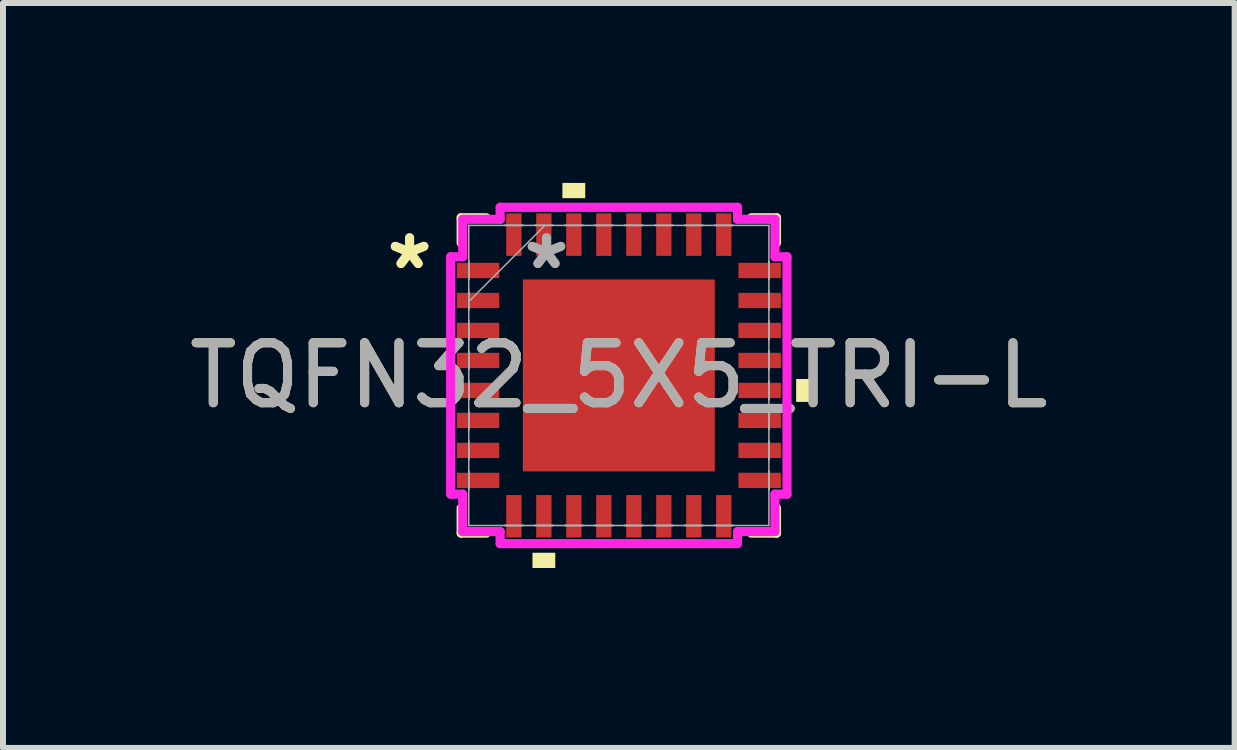
<source format=kicad_pcb>
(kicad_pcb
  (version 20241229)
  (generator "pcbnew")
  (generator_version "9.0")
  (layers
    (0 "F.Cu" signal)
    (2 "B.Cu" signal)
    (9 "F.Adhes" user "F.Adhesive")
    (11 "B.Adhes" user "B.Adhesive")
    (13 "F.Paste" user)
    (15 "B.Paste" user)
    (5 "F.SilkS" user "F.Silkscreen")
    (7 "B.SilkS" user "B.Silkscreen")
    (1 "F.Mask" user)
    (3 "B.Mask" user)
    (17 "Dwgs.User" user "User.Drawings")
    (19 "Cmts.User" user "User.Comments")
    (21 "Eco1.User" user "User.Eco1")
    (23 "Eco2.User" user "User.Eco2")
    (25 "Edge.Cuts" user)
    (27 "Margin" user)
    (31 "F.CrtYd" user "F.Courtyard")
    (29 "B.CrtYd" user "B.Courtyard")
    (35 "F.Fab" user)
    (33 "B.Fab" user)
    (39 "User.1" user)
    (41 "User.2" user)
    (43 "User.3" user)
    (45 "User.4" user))
  (footprint "TQFN32_5X5_TRI-L"
    (layer "F.Cu")
    (at 7.268 3.21)
    (property "Reference" "TQFN32_5X5_TRI-L" (at 0 0 0) (unlocked yes) (layer "F.SilkS") (effects (font (size 1 1) (thickness 0.15))))
    (attr smd)
    (fp_line (start -2.629 -2.629) (end -2.629 -2.21) (stroke (width 0.152) (type solid)) (layer "F.SilkS"))
    (fp_line (start -2.629 2.21) (end -2.629 2.629) (stroke (width 0.152) (type solid)) (layer "F.SilkS"))
    (fp_line (start -2.629 2.629) (end -2.21 2.629) (stroke (width 0.152) (type solid)) (layer "F.SilkS"))
    (fp_line (start -2.21 -2.629) (end -2.629 -2.629) (stroke (width 0.152) (type solid)) (layer "F.SilkS"))
    (fp_line (start 2.21 2.629) (end 2.629 2.629) (stroke (width 0.152) (type solid)) (layer "F.SilkS"))
    (fp_line (start 2.629 -2.629) (end 2.21 -2.629) (stroke (width 0.152) (type solid)) (layer "F.SilkS"))
    (fp_line (start 2.629 -2.21) (end 2.629 -2.629) (stroke (width 0.152) (type solid)) (layer "F.SilkS"))
    (fp_line (start 2.629 2.629) (end 2.629 2.21) (stroke (width 0.152) (type solid)) (layer "F.SilkS"))
    (fp_poly (pts (xy -1.44 2.956) (xy -1.44 3.21) (xy -1.06 3.21) (xy -1.06 2.956)) (stroke (width 0) (type solid)) (fill yes) (layer "F.SilkS"))
    (fp_poly (pts (xy -0.941 -2.956) (xy -0.941 -3.21) (xy -0.56 -3.21) (xy -0.56 -2.956)) (stroke (width 0) (type solid)) (fill yes) (layer "F.SilkS"))
    (fp_poly (pts (xy 3.21 0.059) (xy 3.21 0.441) (xy 2.956 0.441) (xy 2.956 0.059)) (stroke (width 0) (type solid)) (fill yes) (layer "F.SilkS"))
    (fp_line (start -2.804 -1.979) (end -2.603 -1.979) (stroke (width 0.152) (type solid)) (layer "F.CrtYd"))
    (fp_line (start -2.804 1.979) (end -2.804 -1.979) (stroke (width 0.152) (type solid)) (layer "F.CrtYd"))
    (fp_line (start -2.603 -2.603) (end -1.979 -2.603) (stroke (width 0.152) (type solid)) (layer "F.CrtYd"))
    (fp_line (start -2.603 -1.979) (end -2.603 -2.603) (stroke (width 0.152) (type solid)) (layer "F.CrtYd"))
    (fp_line (start -2.603 1.979) (end -2.804 1.979) (stroke (width 0.152) (type solid)) (layer "F.CrtYd"))
    (fp_line (start -2.603 2.603) (end -2.603 1.979) (stroke (width 0.152) (type solid)) (layer "F.CrtYd"))
    (fp_line (start -1.979 -2.804) (end 1.979 -2.804) (stroke (width 0.152) (type solid)) (layer "F.CrtYd"))
    (fp_line (start -1.979 -2.603) (end -1.979 -2.804) (stroke (width 0.152) (type solid)) (layer "F.CrtYd"))
    (fp_line (start -1.979 2.603) (end -2.603 2.603) (stroke (width 0.152) (type solid)) (layer "F.CrtYd"))
    (fp_line (start -1.979 2.804) (end -1.979 2.603) (stroke (width 0.152) (type solid)) (layer "F.CrtYd"))
    (fp_line (start 1.979 -2.804) (end 1.979 -2.603) (stroke (width 0.152) (type solid)) (layer "F.CrtYd"))
    (fp_line (start 1.979 -2.603) (end 2.603 -2.603) (stroke (width 0.152) (type solid)) (layer "F.CrtYd"))
    (fp_line (start 1.979 2.603) (end 1.979 2.804) (stroke (width 0.152) (type solid)) (layer "F.CrtYd"))
    (fp_line (start 1.979 2.804) (end -1.979 2.804) (stroke (width 0.152) (type solid)) (layer "F.CrtYd"))
    (fp_line (start 2.603 -2.603) (end 2.603 -1.979) (stroke (width 0.152) (type solid)) (layer "F.CrtYd"))
    (fp_line (start 2.603 -1.979) (end 2.804 -1.979) (stroke (width 0.152) (type solid)) (layer "F.CrtYd"))
    (fp_line (start 2.603 1.979) (end 2.603 2.603) (stroke (width 0.152) (type solid)) (layer "F.CrtYd"))
    (fp_line (start 2.603 2.603) (end 1.979 2.603) (stroke (width 0.152) (type solid)) (layer "F.CrtYd"))
    (fp_line (start 2.804 -1.979) (end 2.804 1.979) (stroke (width 0.152) (type solid)) (layer "F.CrtYd"))
    (fp_line (start 2.804 1.979) (end 2.603 1.979) (stroke (width 0.152) (type solid)) (layer "F.CrtYd"))
    (fp_line (start -2.502 -2.502) (end -2.502 2.502) (stroke (width 0.025) (type solid)) (layer "F.Fab"))
    (fp_line (start -2.502 -1.902) (end -2.502 -1.902) (stroke (width 0.025) (type solid)) (layer "F.Fab"))
    (fp_line (start -2.502 -1.902) (end -2.502 -1.598) (stroke (width 0.025) (type solid)) (layer "F.Fab"))
    (fp_line (start -2.502 -1.598) (end -2.502 -1.902) (stroke (width 0.025) (type solid)) (layer "F.Fab"))
    (fp_line (start -2.502 -1.598) (end -2.502 -1.598) (stroke (width 0.025) (type solid)) (layer "F.Fab"))
    (fp_line (start -2.502 -1.402) (end -2.502 -1.402) (stroke (width 0.025) (type solid)) (layer "F.Fab"))
    (fp_line (start -2.502 -1.402) (end -2.502 -1.098) (stroke (width 0.025) (type solid)) (layer "F.Fab"))
    (fp_line (start -2.502 -1.232) (end -1.232 -2.502) (stroke (width 0.025) (type solid)) (layer "F.Fab"))
    (fp_line (start -2.502 -1.098) (end -2.502 -1.402) (stroke (width 0.025) (type solid)) (layer "F.Fab"))
    (fp_line (start -2.502 -1.098) (end -2.502 -1.098) (stroke (width 0.025) (type solid)) (layer "F.Fab"))
    (fp_line (start -2.502 -0.902) (end -2.502 -0.902) (stroke (width 0.025) (type solid)) (layer "F.Fab"))
    (fp_line (start -2.502 -0.902) (end -2.502 -0.598) (stroke (width 0.025) (type solid)) (layer "F.Fab"))
    (fp_line (start -2.502 -0.598) (end -2.502 -0.902) (stroke (width 0.025) (type solid)) (layer "F.Fab"))
    (fp_line (start -2.502 -0.598) (end -2.502 -0.598) (stroke (width 0.025) (type solid)) (layer "F.Fab"))
    (fp_line (start -2.502 -0.402) (end -2.502 -0.402) (stroke (width 0.025) (type solid)) (layer "F.Fab"))
    (fp_line (start -2.502 -0.402) (end -2.502 -0.098) (stroke (width 0.025) (type solid)) (layer "F.Fab"))
    (fp_line (start -2.502 -0.098) (end -2.502 -0.402) (stroke (width 0.025) (type solid)) (layer "F.Fab"))
    (fp_line (start -2.502 -0.098) (end -2.502 -0.098) (stroke (width 0.025) (type solid)) (layer "F.Fab"))
    (fp_line (start -2.502 0.098) (end -2.502 0.098) (stroke (width 0.025) (type solid)) (layer "F.Fab"))
    (fp_line (start -2.502 0.098) (end -2.502 0.402) (stroke (width 0.025) (type solid)) (layer "F.Fab"))
    (fp_line (start -2.502 0.402) (end -2.502 0.098) (stroke (width 0.025) (type solid)) (layer "F.Fab"))
    (fp_line (start -2.502 0.402) (end -2.502 0.402) (stroke (width 0.025) (type solid)) (layer "F.Fab"))
    (fp_line (start -2.502 0.598) (end -2.502 0.598) (stroke (width 0.025) (type solid)) (layer "F.Fab"))
    (fp_line (start -2.502 0.598) (end -2.502 0.902) (stroke (width 0.025) (type solid)) (layer "F.Fab"))
    (fp_line (start -2.502 0.902) (end -2.502 0.598) (stroke (width 0.025) (type solid)) (layer "F.Fab"))
    (fp_line (start -2.502 0.902) (end -2.502 0.902) (stroke (width 0.025) (type solid)) (layer "F.Fab"))
    (fp_line (start -2.502 1.098) (end -2.502 1.098) (stroke (width 0.025) (type solid)) (layer "F.Fab"))
    (fp_line (start -2.502 1.098) (end -2.502 1.402) (stroke (width 0.025) (type solid)) (layer "F.Fab"))
    (fp_line (start -2.502 1.402) (end -2.502 1.098) (stroke (width 0.025) (type solid)) (layer "F.Fab"))
    (fp_line (start -2.502 1.402) (end -2.502 1.402) (stroke (width 0.025) (type solid)) (layer "F.Fab"))
    (fp_line (start -2.502 1.598) (end -2.502 1.598) (stroke (width 0.025) (type solid)) (layer "F.Fab"))
    (fp_line (start -2.502 1.598) (end -2.502 1.902) (stroke (width 0.025) (type solid)) (layer "F.Fab"))
    (fp_line (start -2.502 1.902) (end -2.502 1.598) (stroke (width 0.025) (type solid)) (layer "F.Fab"))
    (fp_line (start -2.502 1.902) (end -2.502 1.902) (stroke (width 0.025) (type solid)) (layer "F.Fab"))
    (fp_line (start -2.502 2.502) (end 2.502 2.502) (stroke (width 0.025) (type solid)) (layer "F.Fab"))
    (fp_line (start -1.902 -2.502) (end -1.902 -2.502) (stroke (width 0.025) (type solid)) (layer "F.Fab"))
    (fp_line (start -1.902 -2.502) (end -1.598 -2.502) (stroke (width 0.025) (type solid)) (layer "F.Fab"))
    (fp_line (start -1.902 2.502) (end -1.902 2.502) (stroke (width 0.025) (type solid)) (layer "F.Fab"))
    (fp_line (start -1.902 2.502) (end -1.598 2.502) (stroke (width 0.025) (type solid)) (layer "F.Fab"))
    (fp_line (start -1.598 -2.502) (end -1.902 -2.502) (stroke (width 0.025) (type solid)) (layer "F.Fab"))
    (fp_line (start -1.598 -2.502) (end -1.598 -2.502) (stroke (width 0.025) (type solid)) (layer "F.Fab"))
    (fp_line (start -1.598 2.502) (end -1.902 2.502) (stroke (width 0.025) (type solid)) (layer "F.Fab"))
    (fp_line (start -1.598 2.502) (end -1.598 2.502) (stroke (width 0.025) (type solid)) (layer "F.Fab"))
    (fp_line (start -1.402 -2.502) (end -1.402 -2.502) (stroke (width 0.025) (type solid)) (layer "F.Fab"))
    (fp_line (start -1.402 -2.502) (end -1.098 -2.502) (stroke (width 0.025) (type solid)) (layer "F.Fab"))
    (fp_line (start -1.402 2.502) (end -1.402 2.502) (stroke (width 0.025) (type solid)) (layer "F.Fab"))
    (fp_line (start -1.402 2.502) (end -1.098 2.502) (stroke (width 0.025) (type solid)) (layer "F.Fab"))
    (fp_line (start -1.098 -2.502) (end -1.402 -2.502) (stroke (width 0.025) (type solid)) (layer "F.Fab"))
    (fp_line (start -1.098 -2.502) (end -1.098 -2.502) (stroke (width 0.025) (type solid)) (layer "F.Fab"))
    (fp_line (start -1.098 2.502) (end -1.402 2.502) (stroke (width 0.025) (type solid)) (layer "F.Fab"))
    (fp_line (start -1.098 2.502) (end -1.098 2.502) (stroke (width 0.025) (type solid)) (layer "F.Fab"))
    (fp_line (start -0.902 -2.502) (end -0.902 -2.502) (stroke (width 0.025) (type solid)) (layer "F.Fab"))
    (fp_line (start -0.902 -2.502) (end -0.598 -2.502) (stroke (width 0.025) (type solid)) (layer "F.Fab"))
    (fp_line (start -0.902 2.502) (end -0.902 2.502) (stroke (width 0.025) (type solid)) (layer "F.Fab"))
    (fp_line (start -0.902 2.502) (end -0.598 2.502) (stroke (width 0.025) (type solid)) (layer "F.Fab"))
    (fp_line (start -0.598 -2.502) (end -0.902 -2.502) (stroke (width 0.025) (type solid)) (layer "F.Fab"))
    (fp_line (start -0.598 -2.502) (end -0.598 -2.502) (stroke (width 0.025) (type solid)) (layer "F.Fab"))
    (fp_line (start -0.598 2.502) (end -0.902 2.502) (stroke (width 0.025) (type solid)) (layer "F.Fab"))
    (fp_line (start -0.598 2.502) (end -0.598 2.502) (stroke (width 0.025) (type solid)) (layer "F.Fab"))
    (fp_line (start -0.402 -2.502) (end -0.402 -2.502) (stroke (width 0.025) (type solid)) (layer "F.Fab"))
    (fp_line (start -0.402 -2.502) (end -0.098 -2.502) (stroke (width 0.025) (type solid)) (layer "F.Fab"))
    (fp_line (start -0.402 2.502) (end -0.402 2.502) (stroke (width 0.025) (type solid)) (layer "F.Fab"))
    (fp_line (start -0.402 2.502) (end -0.098 2.502) (stroke (width 0.025) (type solid)) (layer "F.Fab"))
    (fp_line (start -0.098 -2.502) (end -0.402 -2.502) (stroke (width 0.025) (type solid)) (layer "F.Fab"))
    (fp_line (start -0.098 -2.502) (end -0.098 -2.502) (stroke (width 0.025) (type solid)) (layer "F.Fab"))
    (fp_line (start -0.098 2.502) (end -0.402 2.502) (stroke (width 0.025) (type solid)) (layer "F.Fab"))
    (fp_line (start -0.098 2.502) (end -0.098 2.502) (stroke (width 0.025) (type solid)) (layer "F.Fab"))
    (fp_line (start 0.098 -2.502) (end 0.098 -2.502) (stroke (width 0.025) (type solid)) (layer "F.Fab"))
    (fp_line (start 0.098 -2.502) (end 0.402 -2.502) (stroke (width 0.025) (type solid)) (layer "F.Fab"))
    (fp_line (start 0.098 2.502) (end 0.098 2.502) (stroke (width 0.025) (type solid)) (layer "F.Fab"))
    (fp_line (start 0.098 2.502) (end 0.402 2.502) (stroke (width 0.025) (type solid)) (layer "F.Fab"))
    (fp_line (start 0.402 -2.502) (end 0.098 -2.502) (stroke (width 0.025) (type solid)) (layer "F.Fab"))
    (fp_line (start 0.402 -2.502) (end 0.402 -2.502) (stroke (width 0.025) (type solid)) (layer "F.Fab"))
    (fp_line (start 0.402 2.502) (end 0.098 2.502) (stroke (width 0.025) (type solid)) (layer "F.Fab"))
    (fp_line (start 0.402 2.502) (end 0.402 2.502) (stroke (width 0.025) (type solid)) (layer "F.Fab"))
    (fp_line (start 0.598 -2.502) (end 0.598 -2.502) (stroke (width 0.025) (type solid)) (layer "F.Fab"))
    (fp_line (start 0.598 -2.502) (end 0.902 -2.502) (stroke (width 0.025) (type solid)) (layer "F.Fab"))
    (fp_line (start 0.598 2.502) (end 0.598 2.502) (stroke (width 0.025) (type solid)) (layer "F.Fab"))
    (fp_line (start 0.598 2.502) (end 0.902 2.502) (stroke (width 0.025) (type solid)) (layer "F.Fab"))
    (fp_line (start 0.902 -2.502) (end 0.598 -2.502) (stroke (width 0.025) (type solid)) (layer "F.Fab"))
    (fp_line (start 0.902 -2.502) (end 0.902 -2.502) (stroke (width 0.025) (type solid)) (layer "F.Fab"))
    (fp_line (start 0.902 2.502) (end 0.598 2.502) (stroke (width 0.025) (type solid)) (layer "F.Fab"))
    (fp_line (start 0.902 2.502) (end 0.902 2.502) (stroke (width 0.025) (type solid)) (layer "F.Fab"))
    (fp_line (start 1.098 -2.502) (end 1.098 -2.502) (stroke (width 0.025) (type solid)) (layer "F.Fab"))
    (fp_line (start 1.098 -2.502) (end 1.402 -2.502) (stroke (width 0.025) (type solid)) (layer "F.Fab"))
    (fp_line (start 1.098 2.502) (end 1.098 2.502) (stroke (width 0.025) (type solid)) (layer "F.Fab"))
    (fp_line (start 1.098 2.502) (end 1.402 2.502) (stroke (width 0.025) (type solid)) (layer "F.Fab"))
    (fp_line (start 1.402 -2.502) (end 1.098 -2.502) (stroke (width 0.025) (type solid)) (layer "F.Fab"))
    (fp_line (start 1.402 -2.502) (end 1.402 -2.502) (stroke (width 0.025) (type solid)) (layer "F.Fab"))
    (fp_line (start 1.402 2.502) (end 1.098 2.502) (stroke (width 0.025) (type solid)) (layer "F.Fab"))
    (fp_line (start 1.402 2.502) (end 1.402 2.502) (stroke (width 0.025) (type solid)) (layer "F.Fab"))
    (fp_line (start 1.598 -2.502) (end 1.598 -2.502) (stroke (width 0.025) (type solid)) (layer "F.Fab"))
    (fp_line (start 1.598 -2.502) (end 1.902 -2.502) (stroke (width 0.025) (type solid)) (layer "F.Fab"))
    (fp_line (start 1.598 2.502) (end 1.598 2.502) (stroke (width 0.025) (type solid)) (layer "F.Fab"))
    (fp_line (start 1.598 2.502) (end 1.902 2.502) (stroke (width 0.025) (type solid)) (layer "F.Fab"))
    (fp_line (start 1.902 -2.502) (end 1.598 -2.502) (stroke (width 0.025) (type solid)) (layer "F.Fab"))
    (fp_line (start 1.902 -2.502) (end 1.902 -2.502) (stroke (width 0.025) (type solid)) (layer "F.Fab"))
    (fp_line (start 1.902 2.502) (end 1.598 2.502) (stroke (width 0.025) (type solid)) (layer "F.Fab"))
    (fp_line (start 1.902 2.502) (end 1.902 2.502) (stroke (width 0.025) (type solid)) (layer "F.Fab"))
    (fp_line (start 2.502 -2.502) (end -2.502 -2.502) (stroke (width 0.025) (type solid)) (layer "F.Fab"))
    (fp_line (start 2.502 -1.902) (end 2.502 -1.902) (stroke (width 0.025) (type solid)) (layer "F.Fab"))
    (fp_line (start 2.502 -1.902) (end 2.502 -1.598) (stroke (width 0.025) (type solid)) (layer "F.Fab"))
    (fp_line (start 2.502 -1.598) (end 2.502 -1.902) (stroke (width 0.025) (type solid)) (layer "F.Fab"))
    (fp_line (start 2.502 -1.598) (end 2.502 -1.598) (stroke (width 0.025) (type solid)) (layer "F.Fab"))
    (fp_line (start 2.502 -1.402) (end 2.502 -1.402) (stroke (width 0.025) (type solid)) (layer "F.Fab"))
    (fp_line (start 2.502 -1.402) (end 2.502 -1.098) (stroke (width 0.025) (type solid)) (layer "F.Fab"))
    (fp_line (start 2.502 -1.098) (end 2.502 -1.402) (stroke (width 0.025) (type solid)) (layer "F.Fab"))
    (fp_line (start 2.502 -1.098) (end 2.502 -1.098) (stroke (width 0.025) (type solid)) (layer "F.Fab"))
    (fp_line (start 2.502 -0.902) (end 2.502 -0.902) (stroke (width 0.025) (type solid)) (layer "F.Fab"))
    (fp_line (start 2.502 -0.902) (end 2.502 -0.598) (stroke (width 0.025) (type solid)) (layer "F.Fab"))
    (fp_line (start 2.502 -0.598) (end 2.502 -0.902) (stroke (width 0.025) (type solid)) (layer "F.Fab"))
    (fp_line (start 2.502 -0.598) (end 2.502 -0.598) (stroke (width 0.025) (type solid)) (layer "F.Fab"))
    (fp_line (start 2.502 -0.402) (end 2.502 -0.402) (stroke (width 0.025) (type solid)) (layer "F.Fab"))
    (fp_line (start 2.502 -0.402) (end 2.502 -0.098) (stroke (width 0.025) (type solid)) (layer "F.Fab"))
    (fp_line (start 2.502 -0.098) (end 2.502 -0.402) (stroke (width 0.025) (type solid)) (layer "F.Fab"))
    (fp_line (start 2.502 -0.098) (end 2.502 -0.098) (stroke (width 0.025) (type solid)) (layer "F.Fab"))
    (fp_line (start 2.502 0.098) (end 2.502 0.098) (stroke (width 0.025) (type solid)) (layer "F.Fab"))
    (fp_line (start 2.502 0.098) (end 2.502 0.402) (stroke (width 0.025) (type solid)) (layer "F.Fab"))
    (fp_line (start 2.502 0.402) (end 2.502 0.098) (stroke (width 0.025) (type solid)) (layer "F.Fab"))
    (fp_line (start 2.502 0.402) (end 2.502 0.402) (stroke (width 0.025) (type solid)) (layer "F.Fab"))
    (fp_line (start 2.502 0.598) (end 2.502 0.598) (stroke (width 0.025) (type solid)) (layer "F.Fab"))
    (fp_line (start 2.502 0.598) (end 2.502 0.902) (stroke (width 0.025) (type solid)) (layer "F.Fab"))
    (fp_line (start 2.502 0.902) (end 2.502 0.598) (stroke (width 0.025) (type solid)) (layer "F.Fab"))
    (fp_line (start 2.502 0.902) (end 2.502 0.902) (stroke (width 0.025) (type solid)) (layer "F.Fab"))
    (fp_line (start 2.502 1.098) (end 2.502 1.098) (stroke (width 0.025) (type solid)) (layer "F.Fab"))
    (fp_line (start 2.502 1.098) (end 2.502 1.402) (stroke (width 0.025) (type solid)) (layer "F.Fab"))
    (fp_line (start 2.502 1.402) (end 2.502 1.098) (stroke (width 0.025) (type solid)) (layer "F.Fab"))
    (fp_line (start 2.502 1.402) (end 2.502 1.402) (stroke (width 0.025) (type solid)) (layer "F.Fab"))
    (fp_line (start 2.502 1.598) (end 2.502 1.598) (stroke (width 0.025) (type solid)) (layer "F.Fab"))
    (fp_line (start 2.502 1.598) (end 2.502 1.902) (stroke (width 0.025) (type solid)) (layer "F.Fab"))
    (fp_line (start 2.502 1.902) (end 2.502 1.598) (stroke (width 0.025) (type solid)) (layer "F.Fab"))
    (fp_line (start 2.502 1.902) (end 2.502 1.902) (stroke (width 0.025) (type solid)) (layer "F.Fab"))
    (fp_line (start 2.502 2.502) (end 2.502 -2.502) (stroke (width 0.025) (type solid)) (layer "F.Fab"))
    (fp_text user "*" (at -3.489 -1.75 0) (unlocked yes) (layer "F.SilkS") (effects (font (size 1 1) (thickness 0.15))))
    (fp_text user "*" (at -3.489 -1.75 0) (layer "F.SilkS") (effects (font (size 1 1) (thickness 0.15))))
    (fp_text user "*" (at -1.206 -1.75 0) (unlocked yes) (layer "F.Fab") (effects (font (size 1 1) (thickness 0.15))))
    (fp_text user "*" (at -1.206 -1.75 0) (layer "F.Fab") (effects (font (size 1 1) (thickness 0.15))))
    (fp_text user "${REFERENCE}" (at 0 0 0) (unlocked yes) (layer "F.Fab") (effects (font (size 1 1) (thickness 0.15))))
    (pad "1" smd rect (at -2.348 -1.75 90) (size 0.255 0.708) (layers "F.Cu" "F.Mask" "F.Paste"))
    (pad "2" smd rect (at -2.348 -1.25 90) (size 0.255 0.708) (layers "F.Cu" "F.Mask" "F.Paste"))
    (pad "3" smd rect (at -2.348 -0.75 90) (size 0.255 0.708) (layers "F.Cu" "F.Mask" "F.Paste"))
    (pad "4" smd rect (at -2.348 -0.25 90) (size 0.255 0.708) (layers "F.Cu" "F.Mask" "F.Paste"))
    (pad "5" smd rect (at -2.348 0.25 90) (size 0.255 0.708) (layers "F.Cu" "F.Mask" "F.Paste"))
    (pad "6" smd rect (at -2.348 0.75 90) (size 0.255 0.708) (layers "F.Cu" "F.Mask" "F.Paste"))
    (pad "7" smd rect (at -2.348 1.25 90) (size 0.255 0.708) (layers "F.Cu" "F.Mask" "F.Paste"))
    (pad "8" smd rect (at -2.348 1.75 90) (size 0.255 0.708) (layers "F.Cu" "F.Mask" "F.Paste"))
    (pad "9" smd rect (at -1.75 2.348) (size 0.255 0.708) (layers "F.Cu" "F.Mask" "F.Paste"))
    (pad "10" smd rect (at -1.25 2.348) (size 0.255 0.708) (layers "F.Cu" "F.Mask" "F.Paste"))
    (pad "11" smd rect (at -0.75 2.348) (size 0.255 0.708) (layers "F.Cu" "F.Mask" "F.Paste"))
    (pad "12" smd rect (at -0.25 2.348) (size 0.255 0.708) (layers "F.Cu" "F.Mask" "F.Paste"))
    (pad "13" smd rect (at 0.25 2.348) (size 0.255 0.708) (layers "F.Cu" "F.Mask" "F.Paste"))
    (pad "14" smd rect (at 0.75 2.348) (size 0.255 0.708) (layers "F.Cu" "F.Mask" "F.Paste"))
    (pad "15" smd rect (at 1.25 2.348) (size 0.255 0.708) (layers "F.Cu" "F.Mask" "F.Paste"))
    (pad "16" smd rect (at 1.75 2.348) (size 0.255 0.708) (layers "F.Cu" "F.Mask" "F.Paste"))
    (pad "17" smd rect (at 2.348 1.75 90) (size 0.255 0.708) (layers "F.Cu" "F.Mask" "F.Paste"))
    (pad "18" smd rect (at 2.348 1.25 90) (size 0.255 0.708) (layers "F.Cu" "F.Mask" "F.Paste"))
    (pad "19" smd rect (at 2.348 0.75 90) (size 0.255 0.708) (layers "F.Cu" "F.Mask" "F.Paste"))
    (pad "20" smd rect (at 2.348 0.25 90) (size 0.255 0.708) (layers "F.Cu" "F.Mask" "F.Paste"))
    (pad "21" smd rect (at 2.348 -0.25 90) (size 0.255 0.708) (layers "F.Cu" "F.Mask" "F.Paste"))
    (pad "22" smd rect (at 2.348 -0.75 90) (size 0.255 0.708) (layers "F.Cu" "F.Mask" "F.Paste"))
    (pad "23" smd rect (at 2.348 -1.25 90) (size 0.255 0.708) (layers "F.Cu" "F.Mask" "F.Paste"))
    (pad "24" smd rect (at 2.348 -1.75 90) (size 0.255 0.708) (layers "F.Cu" "F.Mask" "F.Paste"))
    (pad "25" smd rect (at 1.75 -2.348) (size 0.255 0.708) (layers "F.Cu" "F.Mask" "F.Paste"))
    (pad "26" smd rect (at 1.25 -2.348) (size 0.255 0.708) (layers "F.Cu" "F.Mask" "F.Paste"))
    (pad "27" smd rect (at 0.75 -2.348) (size 0.255 0.708) (layers "F.Cu" "F.Mask" "F.Paste"))
    (pad "28" smd rect (at 0.25 -2.348) (size 0.255 0.708) (layers "F.Cu" "F.Mask" "F.Paste"))
    (pad "29" smd rect (at -0.25 -2.348) (size 0.255 0.708) (layers "F.Cu" "F.Mask" "F.Paste"))
    (pad "30" smd rect (at -0.75 -2.348) (size 0.255 0.708) (layers "F.Cu" "F.Mask" "F.Paste"))
    (pad "31" smd rect (at -1.25 -2.348) (size 0.255 0.708) (layers "F.Cu" "F.Mask" "F.Paste"))
    (pad "32" smd rect (at -1.75 -2.348) (size 0.255 0.708) (layers "F.Cu" "F.Mask" "F.Paste"))
    (pad "33" smd rect (at 0 0) (size 3.2 3.2) (layers "F.Cu" "F.Mask" "F.Paste")))
  (gr_rect
    (start -3 -3)
    (end 17.536 9.42)
    (stroke (width 0.1) (type default))
    (fill no)
    (layer "Edge.Cuts")))
</source>
